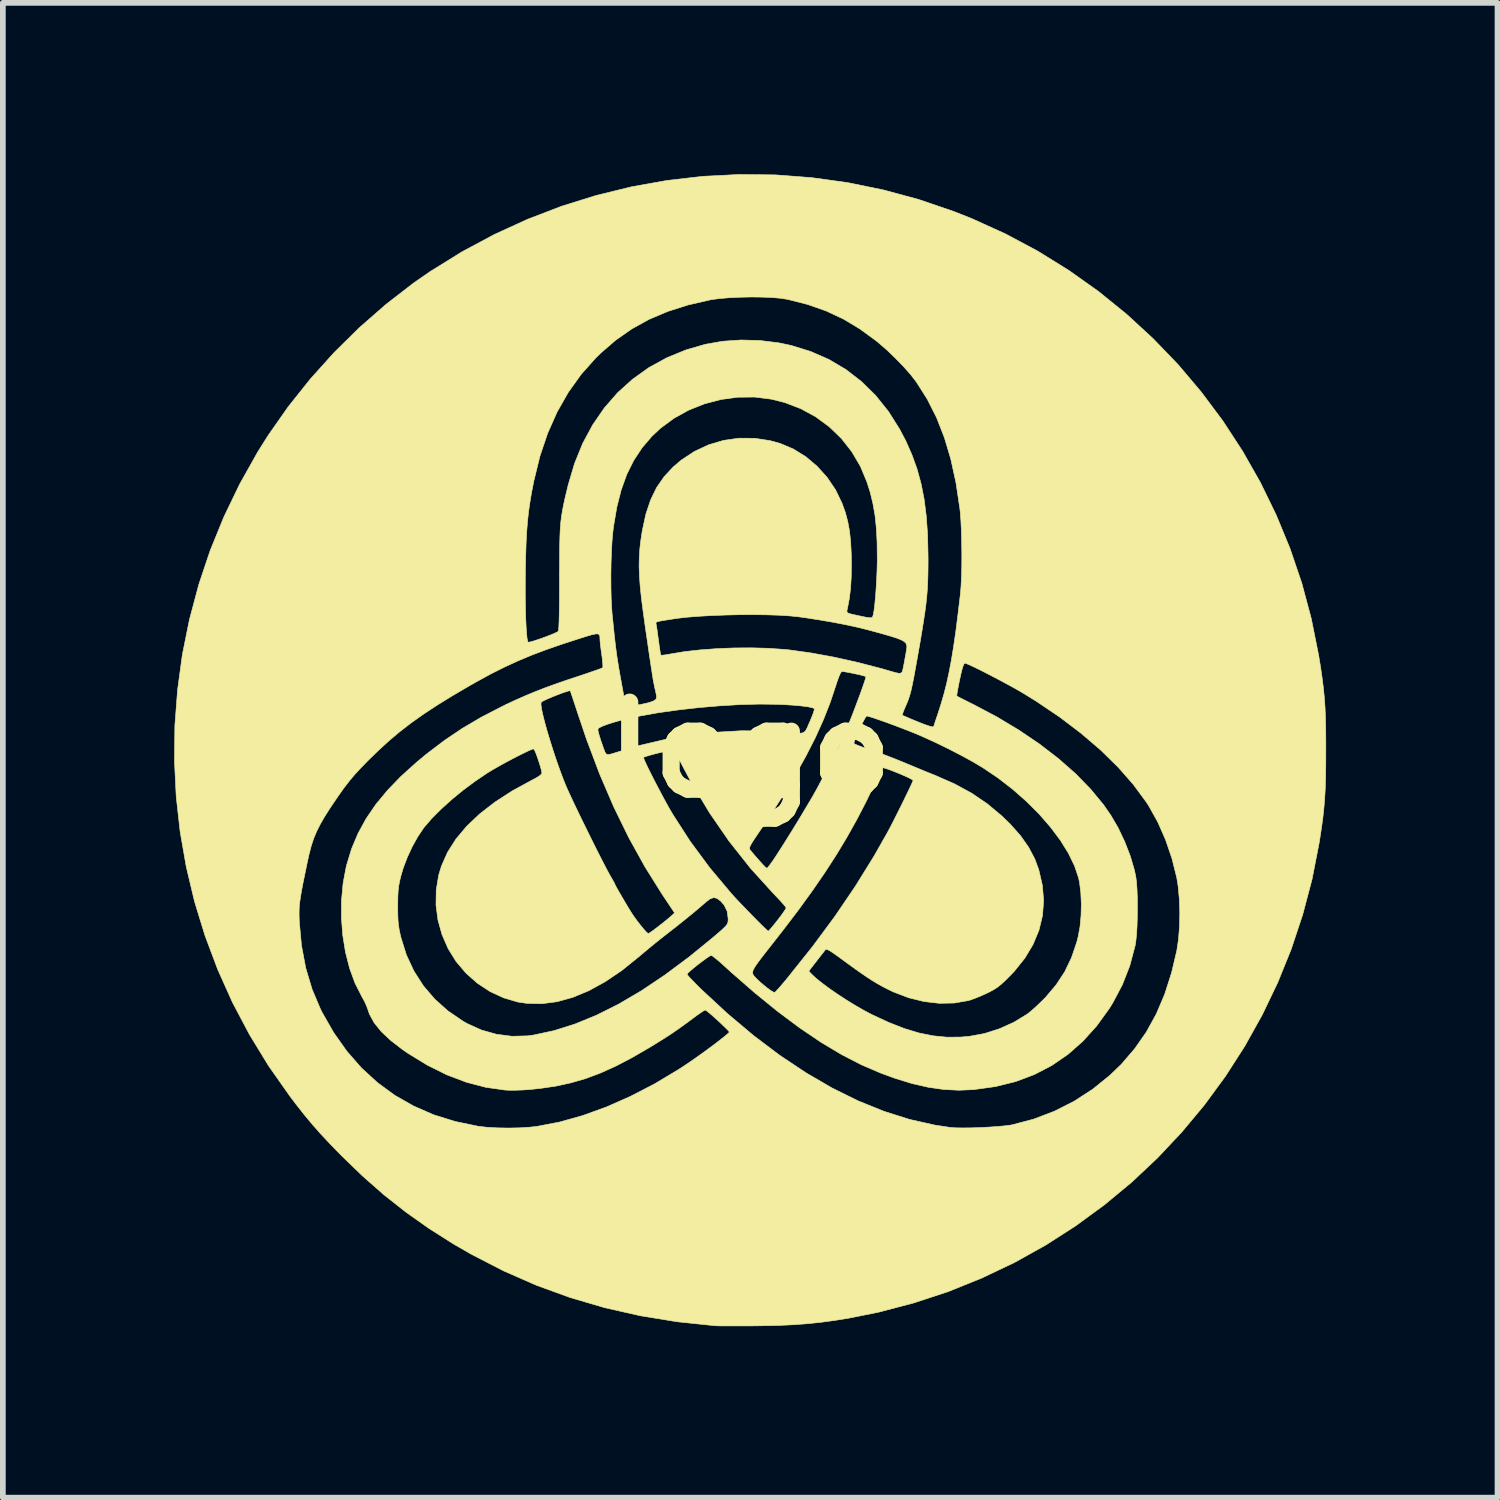
<source format=kicad_pcb>
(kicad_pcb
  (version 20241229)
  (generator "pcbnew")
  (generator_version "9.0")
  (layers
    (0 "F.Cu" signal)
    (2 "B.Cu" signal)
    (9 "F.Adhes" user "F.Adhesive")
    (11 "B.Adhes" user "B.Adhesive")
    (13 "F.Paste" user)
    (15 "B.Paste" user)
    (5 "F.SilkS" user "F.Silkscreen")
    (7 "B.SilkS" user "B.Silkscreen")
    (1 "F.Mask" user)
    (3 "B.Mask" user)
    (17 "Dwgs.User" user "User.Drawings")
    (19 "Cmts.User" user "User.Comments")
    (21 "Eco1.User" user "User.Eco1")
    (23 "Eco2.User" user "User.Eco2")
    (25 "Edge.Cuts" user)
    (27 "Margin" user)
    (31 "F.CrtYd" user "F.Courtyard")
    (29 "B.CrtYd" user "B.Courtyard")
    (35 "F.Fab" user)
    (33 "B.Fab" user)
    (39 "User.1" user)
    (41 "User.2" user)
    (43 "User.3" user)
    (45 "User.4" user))
  (footprint "logo"
    (layer "F.Cu")
    (at 10.08 10.079)
    (property "Reference" "logo" (at 0 0 0) (layer "F.SilkS") (effects (font (size 1.524 1.524) (thickness 0.3))))
    (attr through_hole)
    (fp_poly (pts (xy 0.446 -10.067) (xy 1.079 -10.019) (xy 1.71 -9.932) (xy 2.336 -9.804) (xy 2.957 -9.636) (xy 3.569 -9.427) (xy 3.887 -9.301) (xy 4.475 -9.034) (xy 5.041 -8.732) (xy 5.584 -8.395) (xy 6.103 -8.027) (xy 6.595 -7.628) (xy 7.06 -7.2) (xy 7.498 -6.745) (xy 7.905 -6.263) (xy 8.282 -5.758) (xy 8.627 -5.229) (xy 8.939 -4.68) (xy 9.216 -4.11) (xy 9.458 -3.523) (xy 9.663 -2.919) (xy 9.829 -2.299) (xy 9.956 -1.667) (xy 9.957 -1.662) (xy 9.992 -1.449) (xy 10.019 -1.26) (xy 10.041 -1.085) (xy 10.058 -0.915) (xy 10.07 -0.743) (xy 10.078 -0.558) (xy 10.082 -0.354) (xy 10.084 -0.12) (xy 10.084 0.011) (xy 10.083 0.263) (xy 10.08 0.481) (xy 10.074 0.674) (xy 10.064 0.851) (xy 10.05 1.02) (xy 10.032 1.19) (xy 10.007 1.37) (xy 9.977 1.568) (xy 9.967 1.63) (xy 9.843 2.265) (xy 9.679 2.885) (xy 9.479 3.488) (xy 9.242 4.074) (xy 8.97 4.641) (xy 8.665 5.188) (xy 8.328 5.713) (xy 7.96 6.215) (xy 7.562 6.693) (xy 7.136 7.146) (xy 6.684 7.571) (xy 6.205 7.968) (xy 5.702 8.336) (xy 5.177 8.673) (xy 4.629 8.978) (xy 4.061 9.248) (xy 3.475 9.485) (xy 2.87 9.684) (xy 2.249 9.847) (xy 1.746 9.948) (xy 1.488 9.99) (xy 1.245 10.023) (xy 1.007 10.048) (xy 0.761 10.066) (xy 0.497 10.078) (xy 0.204 10.084) (xy 0.138 10.085) (xy -0.028 10.087) (xy -0.185 10.087) (xy -0.326 10.087) (xy -0.446 10.087) (xy -0.538 10.086) (xy -0.595 10.084) (xy -0.603 10.084) (xy -1.271 10.014) (xy -1.916 9.909) (xy -2.541 9.768) (xy -3.147 9.59) (xy -3.738 9.375) (xy -4.315 9.122) (xy -4.879 8.831) (xy -5.19 8.652) (xy -5.62 8.379) (xy -6.023 8.094) (xy -6.41 7.789) (xy -6.787 7.457) (xy -7.158 7.098) (xy -7.344 6.907) (xy -7.506 6.734) (xy -7.653 6.568) (xy -7.795 6.398) (xy -7.94 6.214) (xy -8.054 6.064) (xy -8.427 5.533) (xy -8.762 4.985) (xy -9.06 4.421) (xy -9.319 3.843) (xy -9.54 3.254) (xy -9.652 2.891) (xy -7.893 2.891) (xy -7.891 2.971) (xy -7.889 3.016) (xy -7.851 3.428) (xy -7.777 3.82) (xy -7.666 4.191) (xy -7.518 4.541) (xy -7.492 4.593) (xy -7.287 4.952) (xy -7.057 5.277) (xy -6.802 5.569) (xy -6.522 5.826) (xy -6.218 6.049) (xy -5.889 6.236) (xy -5.537 6.39) (xy -5.161 6.507) (xy -4.761 6.59) (xy -4.751 6.592) (xy -4.597 6.609) (xy -4.415 6.619) (xy -4.22 6.622) (xy -4.025 6.618) (xy -3.844 6.606) (xy -3.728 6.593) (xy -3.333 6.517) (xy -2.926 6.403) (xy -2.51 6.252) (xy -2.089 6.066) (xy -1.666 5.847) (xy -1.244 5.594) (xy -1.175 5.549) (xy -1.076 5.483) (xy -0.966 5.407) (xy -0.852 5.326) (xy -0.739 5.244) (xy -0.631 5.164) (xy -0.535 5.09) (xy -0.455 5.027) (xy -0.396 4.978) (xy -0.364 4.948) (xy -0.36 4.941) (xy -0.375 4.92) (xy -0.415 4.879) (xy -0.472 4.824) (xy -0.539 4.76) (xy -0.61 4.695) (xy -0.677 4.636) (xy -0.733 4.589) (xy -0.771 4.561) (xy -0.78 4.556) (xy -0.803 4.565) (xy -0.851 4.596) (xy -0.918 4.642) (xy -0.975 4.684) (xy -1.126 4.796) (xy -1.257 4.89) (xy -1.379 4.974) (xy -1.506 5.056) (xy -1.649 5.145) (xy -1.767 5.217) (xy -2.069 5.392) (xy -2.349 5.538) (xy -2.615 5.658) (xy -2.873 5.755) (xy -3.132 5.83) (xy -3.397 5.888) (xy -3.677 5.929) (xy -3.863 5.948) (xy -3.983 5.956) (xy -4.109 5.96) (xy -4.222 5.96) (xy -4.286 5.957) (xy -4.623 5.909) (xy -4.964 5.82) (xy -5.307 5.69) (xy -5.649 5.52) (xy -5.991 5.311) (xy -6.08 5.249) (xy -6.288 5.089) (xy -6.455 4.932) (xy -6.579 4.778) (xy -6.662 4.626) (xy -6.69 4.543) (xy -6.713 4.481) (xy -6.75 4.4) (xy -6.796 4.318) (xy -6.798 4.313) (xy -6.915 4.083) (xy -7.009 3.824) (xy -7.081 3.542) (xy -7.129 3.244) (xy -7.152 2.939) (xy -7.151 2.741) (xy -6.166 2.741) (xy -6.165 2.877) (xy -6.161 2.984) (xy -6.152 3.075) (xy -6.138 3.162) (xy -6.117 3.258) (xy -6.11 3.286) (xy -6.015 3.59) (xy -5.883 3.873) (xy -5.717 4.132) (xy -5.517 4.366) (xy -5.285 4.573) (xy -5.023 4.751) (xy -4.952 4.792) (xy -4.7 4.906) (xy -4.437 4.98) (xy -4.167 5.015) (xy -3.894 5.008) (xy -3.789 4.994) (xy -3.431 4.917) (xy -3.063 4.801) (xy -2.685 4.646) (xy -2.296 4.451) (xy -1.896 4.216) (xy -1.485 3.94) (xy -1.469 3.928) (xy -1.1 3.928) (xy -1.086 3.95) (xy -1.046 3.996) (xy -0.985 4.059) (xy -0.91 4.136) (xy -0.852 4.193) (xy -0.392 4.619) (xy 0.067 5.005) (xy 0.526 5.351) (xy 0.984 5.656) (xy 1.441 5.922) (xy 1.895 6.146) (xy 2.347 6.329) (xy 2.796 6.471) (xy 3.242 6.571) (xy 3.514 6.612) (xy 3.601 6.618) (xy 3.721 6.62) (xy 3.863 6.619) (xy 4.017 6.614) (xy 4.174 6.606) (xy 4.323 6.596) (xy 4.455 6.584) (xy 4.559 6.571) (xy 4.593 6.565) (xy 4.968 6.466) (xy 5.33 6.328) (xy 5.676 6.153) (xy 6.002 5.942) (xy 6.305 5.697) (xy 6.502 5.507) (xy 6.736 5.235) (xy 6.941 4.942) (xy 7.116 4.624) (xy 7.263 4.278) (xy 7.383 3.903) (xy 7.475 3.514) (xy 7.505 3.314) (xy 7.522 3.088) (xy 7.527 2.85) (xy 7.519 2.614) (xy 7.499 2.395) (xy 7.475 2.244) (xy 7.391 1.906) (xy 7.279 1.577) (xy 7.142 1.265) (xy 6.983 0.98) (xy 6.938 0.911) (xy 6.713 0.606) (xy 6.448 0.304) (xy 6.143 0.005) (xy 5.801 -0.288) (xy 5.423 -0.575) (xy 5.012 -0.852) (xy 4.815 -0.974) (xy 4.723 -1.029) (xy 4.613 -1.091) (xy 4.49 -1.158) (xy 4.362 -1.227) (xy 4.232 -1.295) (xy 4.108 -1.359) (xy 3.995 -1.416) (xy 3.897 -1.463) (xy 3.822 -1.497) (xy 3.775 -1.516) (xy 3.761 -1.518) (xy 3.744 -1.495) (xy 3.725 -1.445) (xy 3.714 -1.407) (xy 3.693 -1.32) (xy 3.672 -1.225) (xy 3.653 -1.131) (xy 3.637 -1.047) (xy 3.626 -0.982) (xy 3.623 -0.946) (xy 3.624 -0.941) (xy 3.644 -0.93) (xy 3.696 -0.903) (xy 3.772 -0.865) (xy 3.865 -0.818) (xy 3.906 -0.798) (xy 4.321 -0.579) (xy 4.711 -0.345) (xy 5.073 -0.1) (xy 5.404 0.155) (xy 5.703 0.418) (xy 5.965 0.687) (xy 6.19 0.959) (xy 6.321 1.148) (xy 6.449 1.368) (xy 6.563 1.609) (xy 6.659 1.856) (xy 6.73 2.097) (xy 6.756 2.214) (xy 6.769 2.313) (xy 6.778 2.443) (xy 6.784 2.596) (xy 6.785 2.763) (xy 6.783 2.932) (xy 6.778 3.095) (xy 6.769 3.242) (xy 6.756 3.363) (xy 6.745 3.429) (xy 6.651 3.782) (xy 6.521 4.114) (xy 6.354 4.43) (xy 6.292 4.53) (xy 6.072 4.834) (xy 5.831 5.101) (xy 5.569 5.332) (xy 5.285 5.527) (xy 4.979 5.686) (xy 4.651 5.809) (xy 4.299 5.896) (xy 3.925 5.948) (xy 3.923 5.949) (xy 3.66 5.96) (xy 3.396 5.947) (xy 3.124 5.908) (xy 2.839 5.843) (xy 2.535 5.749) (xy 2.292 5.66) (xy 1.954 5.515) (xy 1.605 5.335) (xy 1.244 5.119) (xy 0.871 4.867) (xy 0.484 4.578) (xy 0.082 4.251) (xy -0.325 3.896) (xy 0.047 3.896) (xy 0.05 3.92) (xy 0.051 3.926) (xy 0.071 3.958) (xy 0.116 4.006) (xy 0.177 4.064) (xy 0.246 4.123) (xy 0.315 4.178) (xy 0.375 4.221) (xy 0.419 4.245) (xy 0.434 4.248) (xy 0.454 4.23) (xy 0.496 4.185) (xy 0.554 4.119) (xy 0.623 4.037) (xy 0.663 3.989) (xy 0.754 3.874) (xy 1.031 3.874) (xy 1.082 3.929) (xy 1.157 3.999) (xy 1.263 4.084) (xy 1.392 4.18) (xy 1.537 4.28) (xy 1.692 4.381) (xy 1.848 4.477) (xy 2 4.564) (xy 2.134 4.635) (xy 2.429 4.772) (xy 2.702 4.879) (xy 2.959 4.957) (xy 3.206 5.007) (xy 3.448 5.031) (xy 3.692 5.029) (xy 3.842 5.016) (xy 4.105 4.968) (xy 4.369 4.884) (xy 4.622 4.77) (xy 4.851 4.63) (xy 4.856 4.627) (xy 4.923 4.574) (xy 5.007 4.499) (xy 5.097 4.414) (xy 5.176 4.335) (xy 5.361 4.116) (xy 5.512 3.887) (xy 5.631 3.639) (xy 5.724 3.365) (xy 5.748 3.27) (xy 5.78 3.097) (xy 5.798 2.902) (xy 5.803 2.699) (xy 5.794 2.501) (xy 5.772 2.322) (xy 5.755 2.242) (xy 5.684 2.031) (xy 5.577 1.81) (xy 5.436 1.583) (xy 5.264 1.354) (xy 5.066 1.126) (xy 4.844 0.904) (xy 4.602 0.691) (xy 4.342 0.49) (xy 4.09 0.32) (xy 3.914 0.214) (xy 3.708 0.101) (xy 3.483 -0.015) (xy 3.25 -0.129) (xy 3.019 -0.234) (xy 2.978 -0.252) (xy 2.882 -0.292) (xy 2.767 -0.338) (xy 2.642 -0.386) (xy 2.514 -0.435) (xy 2.388 -0.481) (xy 2.272 -0.522) (xy 2.173 -0.556) (xy 2.097 -0.58) (xy 2.052 -0.592) (xy 2.045 -0.593) (xy 2.028 -0.575) (xy 2 -0.526) (xy 1.964 -0.457) (xy 1.925 -0.376) (xy 1.887 -0.292) (xy 1.854 -0.214) (xy 1.83 -0.152) (xy 1.821 -0.114) (xy 1.821 -0.112) (xy 1.84 -0.1) (xy 1.892 -0.078) (xy 1.97 -0.048) (xy 2.066 -0.015) (xy 2.098 -0.005) (xy 2.221 0.038) (xy 2.366 0.091) (xy 2.519 0.15) (xy 2.663 0.208) (xy 2.707 0.226) (xy 2.836 0.28) (xy 2.971 0.336) (xy 3.099 0.389) (xy 3.206 0.432) (xy 3.244 0.447) (xy 3.579 0.594) (xy 3.881 0.758) (xy 4.157 0.945) (xy 4.413 1.159) (xy 4.559 1.301) (xy 4.738 1.503) (xy 4.88 1.705) (xy 4.989 1.912) (xy 5.058 2.1) (xy 5.121 2.373) (xy 5.143 2.641) (xy 5.123 2.903) (xy 5.061 3.159) (xy 4.958 3.407) (xy 4.815 3.646) (xy 4.631 3.876) (xy 4.561 3.949) (xy 4.47 4.04) (xy 4.397 4.107) (xy 4.332 4.159) (xy 4.264 4.202) (xy 4.185 4.244) (xy 4.149 4.261) (xy 4.049 4.307) (xy 3.948 4.348) (xy 3.861 4.38) (xy 3.826 4.39) (xy 3.578 4.433) (xy 3.317 4.438) (xy 3.049 4.407) (xy 2.778 4.34) (xy 2.511 4.238) (xy 2.424 4.196) (xy 2.326 4.146) (xy 2.233 4.094) (xy 2.138 4.037) (xy 2.036 3.97) (xy 1.918 3.889) (xy 1.779 3.789) (xy 1.651 3.696) (xy 1.542 3.616) (xy 1.461 3.559) (xy 1.404 3.521) (xy 1.366 3.501) (xy 1.342 3.494) (xy 1.325 3.498) (xy 1.312 3.512) (xy 1.312 3.512) (xy 1.286 3.546) (xy 1.241 3.603) (xy 1.185 3.675) (xy 1.156 3.713) (xy 1.031 3.874) (xy 0.754 3.874) (xy 1.096 3.446) (xy 1.491 2.912) (xy 1.85 2.383) (xy 2.177 1.855) (xy 2.401 1.46) (xy 2.442 1.385) (xy 2.492 1.288) (xy 2.548 1.178) (xy 2.607 1.06) (xy 2.667 0.94) (xy 2.723 0.825) (xy 2.773 0.721) (xy 2.814 0.635) (xy 2.843 0.572) (xy 2.857 0.538) (xy 2.857 0.535) (xy 2.839 0.52) (xy 2.79 0.493) (xy 2.718 0.46) (xy 2.633 0.423) (xy 2.544 0.387) (xy 2.46 0.354) (xy 2.388 0.329) (xy 2.34 0.315) (xy 2.322 0.315) (xy 2.307 0.34) (xy 2.279 0.395) (xy 2.241 0.473) (xy 2.198 0.566) (xy 2.193 0.576) (xy 2.039 0.899) (xy 1.877 1.212) (xy 1.705 1.52) (xy 1.52 1.828) (xy 1.318 2.141) (xy 1.096 2.464) (xy 0.851 2.802) (xy 0.579 3.159) (xy 0.393 3.397) (xy 0.286 3.533) (xy 0.202 3.641) (xy 0.14 3.724) (xy 0.096 3.787) (xy 0.068 3.834) (xy 0.052 3.869) (xy 0.047 3.896) (xy -0.325 3.896) (xy -0.335 3.887) (xy -0.447 3.785) (xy -0.525 3.715) (xy -0.594 3.657) (xy -0.645 3.617) (xy -0.674 3.599) (xy -0.676 3.598) (xy -0.704 3.611) (xy -0.754 3.644) (xy -0.82 3.692) (xy -0.894 3.747) (xy -0.966 3.805) (xy -1.03 3.858) (xy -1.077 3.9) (xy -1.099 3.926) (xy -1.1 3.928) (xy -1.469 3.928) (xy -1.062 3.625) (xy -0.677 3.311) (xy -0.573 3.223) (xy -0.497 3.157) (xy -0.444 3.107) (xy -0.41 3.07) (xy -0.391 3.039) (xy -0.383 3.009) (xy -0.381 2.975) (xy -0.381 2.953) (xy -0.398 2.826) (xy -0.451 2.718) (xy -0.509 2.651) (xy -0.574 2.601) (xy -0.634 2.587) (xy -0.697 2.609) (xy -0.768 2.663) (xy -0.871 2.752) (xy -1 2.861) (xy -1.148 2.981) (xy -1.307 3.108) (xy -1.461 3.228) (xy -1.577 3.319) (xy -1.707 3.424) (xy -1.837 3.532) (xy -1.95 3.627) (xy -2.244 3.864) (xy -2.534 4.06) (xy -2.82 4.217) (xy -3.101 4.334) (xy -3.376 4.41) (xy -3.644 4.445) (xy -3.905 4.439) (xy -4.066 4.415) (xy -4.312 4.342) (xy -4.55 4.232) (xy -4.772 4.086) (xy -4.969 3.912) (xy -5.144 3.706) (xy -5.285 3.478) (xy -5.391 3.234) (xy -5.462 2.979) (xy -5.496 2.718) (xy -5.492 2.454) (xy -5.449 2.194) (xy -5.4 2.033) (xy -5.294 1.794) (xy -5.146 1.561) (xy -4.958 1.337) (xy -4.73 1.121) (xy -4.464 0.915) (xy -4.16 0.718) (xy -3.826 0.536) (xy -3.727 0.483) (xy -3.667 0.443) (xy -3.643 0.412) (xy -3.642 0.407) (xy -3.649 0.362) (xy -3.667 0.295) (xy -3.692 0.215) (xy -3.719 0.134) (xy -3.746 0.061) (xy -3.77 0.007) (xy -3.785 -0.016) (xy -3.786 -0.017) (xy -3.813 -0.01) (xy -3.871 0.014) (xy -3.952 0.053) (xy -4.051 0.102) (xy -4.161 0.159) (xy -4.276 0.22) (xy -4.388 0.282) (xy -4.492 0.341) (xy -4.581 0.395) (xy -4.599 0.406) (xy -4.809 0.548) (xy -5.019 0.704) (xy -5.219 0.868) (xy -5.404 1.035) (xy -5.566 1.197) (xy -5.698 1.349) (xy -5.717 1.374) (xy -5.816 1.522) (xy -5.913 1.697) (xy -6 1.885) (xy -6.071 2.073) (xy -6.109 2.201) (xy -6.133 2.299) (xy -6.149 2.386) (xy -6.159 2.472) (xy -6.164 2.572) (xy -6.166 2.698) (xy -6.166 2.741) (xy -7.151 2.741) (xy -7.15 2.631) (xy -7.122 2.33) (xy -7.067 2.041) (xy -7.059 2.011) (xy -6.973 1.73) (xy -6.861 1.464) (xy -6.721 1.207) (xy -6.551 0.958) (xy -6.348 0.712) (xy -6.111 0.466) (xy -5.835 0.217) (xy -5.656 0.069) (xy -5.349 -0.164) (xy -5.036 -0.375) (xy -4.705 -0.57) (xy -4.345 -0.756) (xy -4.294 -0.781) (xy -4.278 -0.789) (xy -3.658 -0.789) (xy -3.647 -0.712) (xy -3.624 -0.606) (xy -3.591 -0.476) (xy -3.55 -0.328) (xy -3.501 -0.166) (xy -3.448 0.003) (xy -3.391 0.175) (xy -3.331 0.345) (xy -3.271 0.506) (xy -3.228 0.614) (xy -3.196 0.688) (xy -3.148 0.792) (xy -3.088 0.921) (xy -3.017 1.069) (xy -2.94 1.229) (xy -2.858 1.395) (xy -2.776 1.562) (xy -2.696 1.723) (xy -2.62 1.873) (xy -2.552 2.005) (xy -2.495 2.114) (xy -2.452 2.193) (xy -2.438 2.218) (xy -2.403 2.278) (xy -2.378 2.322) (xy -2.371 2.338) (xy -2.36 2.362) (xy -2.333 2.414) (xy -2.292 2.486) (xy -2.242 2.572) (xy -2.189 2.662) (xy -2.137 2.751) (xy -2.089 2.828) (xy -2.051 2.888) (xy -2.038 2.907) (xy -1.979 2.989) (xy -1.917 3.069) (xy -1.86 3.138) (xy -1.814 3.189) (xy -1.784 3.215) (xy -1.779 3.217) (xy -1.756 3.205) (xy -1.708 3.172) (xy -1.643 3.124) (xy -1.596 3.087) (xy -1.517 3.026) (xy -1.446 2.968) (xy -1.391 2.922) (xy -1.373 2.906) (xy -1.318 2.855) (xy -1.533 2.534) (xy -1.837 2.049) (xy -2.12 1.538) (xy -2.385 0.996) (xy -2.632 0.421) (xy -2.74 0.134) (xy -1.863 0.134) (xy -1.853 0.165) (xy -1.826 0.227) (xy -1.785 0.314) (xy -1.732 0.42) (xy -1.672 0.539) (xy -1.606 0.665) (xy -1.539 0.792) (xy -1.473 0.915) (xy -1.411 1.026) (xy -1.356 1.12) (xy -1.349 1.132) (xy -1.045 1.603) (xy -0.705 2.063) (xy -0.336 2.503) (xy -0.265 2.582) (xy -0.195 2.657) (xy -0.114 2.742) (xy -0.028 2.831) (xy 0.059 2.92) (xy 0.141 3.003) (xy 0.214 3.076) (xy 0.272 3.132) (xy 0.309 3.166) (xy 0.321 3.175) (xy 0.339 3.159) (xy 0.377 3.116) (xy 0.429 3.053) (xy 0.485 2.982) (xy 0.545 2.904) (xy 0.593 2.836) (xy 0.625 2.788) (xy 0.635 2.767) (xy 0.621 2.745) (xy 0.582 2.698) (xy 0.524 2.633) (xy 0.451 2.556) (xy 0.407 2.51) (xy 0.009 2.071) (xy -0.259 1.732) (xy -0.007 1.732) (xy 0.001 1.749) (xy 0.003 1.752) (xy 0.089 1.854) (xy 0.166 1.942) (xy 0.229 2.011) (xy 0.274 2.057) (xy 0.298 2.074) (xy 0.298 2.074) (xy 0.316 2.058) (xy 0.352 2.011) (xy 0.401 1.943) (xy 0.458 1.858) (xy 0.472 1.836) (xy 0.59 1.652) (xy 0.718 1.447) (xy 0.849 1.234) (xy 0.974 1.025) (xy 1.087 0.835) (xy 1.12 0.776) (xy 1.16 0.706) (xy 1.21 0.613) (xy 1.268 0.503) (xy 1.331 0.383) (xy 1.395 0.258) (xy 1.459 0.134) (xy 1.518 0.017) (xy 1.57 -0.087) (xy 1.611 -0.172) (xy 1.639 -0.232) (xy 1.651 -0.261) (xy 1.651 -0.262) (xy 1.659 -0.286) (xy 1.68 -0.337) (xy 1.701 -0.386) (xy 1.731 -0.456) (xy 1.769 -0.55) (xy 1.812 -0.66) (xy 1.857 -0.779) (xy 1.902 -0.9) (xy 1.945 -1.015) (xy 1.981 -1.118) (xy 2.01 -1.202) (xy 2.027 -1.259) (xy 2.032 -1.28) (xy 2.013 -1.289) (xy 1.963 -1.304) (xy 1.892 -1.321) (xy 1.812 -1.338) (xy 1.732 -1.354) (xy 1.664 -1.366) (xy 1.618 -1.372) (xy 1.606 -1.371) (xy 1.588 -1.347) (xy 1.563 -1.292) (xy 1.533 -1.212) (xy 1.506 -1.13) (xy 1.407 -0.832) (xy 1.288 -0.529) (xy 1.148 -0.218) (xy 0.984 0.104) (xy 0.796 0.441) (xy 0.582 0.797) (xy 0.338 1.176) (xy 0.161 1.439) (xy 0.09 1.544) (xy 0.04 1.62) (xy 0.01 1.673) (xy -0.005 1.708) (xy -0.007 1.732) (xy -0.259 1.732) (xy -0.364 1.6) (xy -0.707 1.102) (xy -1.02 0.581) (xy -1.149 0.339) (xy -1.205 0.232) (xy -1.254 0.138) (xy -1.292 0.064) (xy -1.318 0.017) (xy -1.326 0.002) (xy -1.349 0.002) (xy -1.403 0.011) (xy -1.479 0.027) (xy -1.567 0.047) (xy -1.658 0.069) (xy -1.742 0.092) (xy -1.81 0.112) (xy -1.853 0.127) (xy -1.863 0.134) (xy -2.74 0.134) (xy -2.862 -0.189) (xy -2.922 -0.368) (xy -2.66 -0.368) (xy -2.659 -0.332) (xy -2.641 -0.261) (xy -2.609 -0.16) (xy -2.564 -0.031) (xy -2.538 0.037) (xy -2.519 0.07) (xy -2.488 0.082) (xy -2.436 0.075) (xy -2.364 0.053) (xy -1.944 -0.074) (xy -1.505 -0.177) (xy -1.054 -0.255) (xy -0.602 -0.308) (xy -0.155 -0.334) (xy 0.276 -0.332) (xy 0.565 -0.314) (xy 0.701 -0.301) (xy 0.802 -0.292) (xy 0.873 -0.29) (xy 0.923 -0.297) (xy 0.958 -0.316) (xy 0.984 -0.349) (xy 1.009 -0.4) (xy 1.039 -0.47) (xy 1.051 -0.496) (xy 1.087 -0.583) (xy 1.114 -0.655) (xy 1.128 -0.705) (xy 1.128 -0.722) (xy 1.091 -0.738) (xy 1.016 -0.754) (xy 0.907 -0.768) (xy 0.77 -0.781) (xy 0.608 -0.791) (xy 0.476 -0.797) (xy 0.167 -0.801) (xy -0.171 -0.792) (xy -0.527 -0.771) (xy -0.892 -0.74) (xy -1.254 -0.699) (xy -1.603 -0.65) (xy -1.927 -0.592) (xy -2.138 -0.548) (xy -2.272 -0.514) (xy -2.396 -0.479) (xy -2.503 -0.444) (xy -2.588 -0.412) (xy -2.642 -0.384) (xy -2.66 -0.368) (xy -2.922 -0.368) (xy -3.016 -0.646) (xy -3.055 -0.765) (xy -3.09 -0.87) (xy -3.118 -0.954) (xy -3.137 -1.011) (xy -3.146 -1.034) (xy -3.146 -1.035) (xy -3.169 -1.033) (xy -3.221 -1.017) (xy -3.294 -0.992) (xy -3.378 -0.96) (xy -3.465 -0.925) (xy -3.545 -0.891) (xy -3.609 -0.861) (xy -3.648 -0.839) (xy -3.656 -0.831) (xy -3.658 -0.789) (xy -4.278 -0.789) (xy -4.11 -0.868) (xy -3.936 -0.945) (xy -3.763 -1.017) (xy -3.583 -1.087) (xy -3.385 -1.159) (xy -3.161 -1.236) (xy -3.027 -1.28) (xy -2.898 -1.323) (xy -2.784 -1.362) (xy -2.689 -1.395) (xy -2.619 -1.42) (xy -2.582 -1.435) (xy -2.577 -1.437) (xy -2.574 -1.463) (xy -2.577 -1.521) (xy -2.585 -1.601) (xy -2.593 -1.66) (xy -2.607 -1.758) (xy -2.618 -1.846) (xy -2.624 -1.912) (xy -2.625 -1.935) (xy -2.627 -1.982) (xy -2.636 -2.013) (xy -2.657 -2.029) (xy -2.697 -2.03) (xy -2.761 -2.017) (xy -2.855 -1.99) (xy -2.954 -1.959) (xy -3.272 -1.856) (xy -3.556 -1.758) (xy -3.816 -1.66) (xy -4.058 -1.559) (xy -4.293 -1.451) (xy -4.527 -1.334) (xy -4.769 -1.202) (xy -4.907 -1.124) (xy -5.207 -0.948) (xy -5.473 -0.784) (xy -5.712 -0.627) (xy -5.928 -0.474) (xy -6.129 -0.319) (xy -6.32 -0.158) (xy -6.507 0.013) (xy -6.689 0.19) (xy -6.817 0.322) (xy -6.923 0.437) (xy -7.016 0.548) (xy -7.107 0.666) (xy -7.204 0.803) (xy -7.227 0.837) (xy -7.348 1.015) (xy -7.445 1.168) (xy -7.523 1.303) (xy -7.586 1.428) (xy -7.637 1.551) (xy -7.68 1.68) (xy -7.717 1.822) (xy -7.753 1.985) (xy -7.754 1.99) (xy -7.794 2.184) (xy -7.827 2.343) (xy -7.851 2.472) (xy -7.869 2.578) (xy -7.882 2.667) (xy -7.89 2.745) (xy -7.893 2.818) (xy -7.893 2.891) (xy -9.652 2.891) (xy -9.724 2.655) (xy -9.869 2.047) (xy -9.976 1.433) (xy -10.045 0.815) (xy -10.075 0.194) (xy -10.068 -0.428) (xy -10.021 -1.049) (xy -9.937 -1.667) (xy -9.813 -2.281) (xy -9.651 -2.888) (xy -9.644 -2.911) (xy -3.933 -2.911) (xy -3.933 -2.699) (xy -3.93 -2.503) (xy -3.926 -2.327) (xy -3.919 -2.173) (xy -3.911 -2.048) (xy -3.902 -1.955) (xy -3.89 -1.898) (xy -3.885 -1.886) (xy -3.863 -1.886) (xy -3.81 -1.899) (xy -3.737 -1.922) (xy -3.651 -1.951) (xy -3.562 -1.984) (xy -3.479 -2.016) (xy -3.411 -2.045) (xy -3.366 -2.067) (xy -3.357 -2.075) (xy -3.35 -2.099) (xy -3.345 -2.159) (xy -3.341 -2.256) (xy -3.338 -2.39) (xy -3.335 -2.564) (xy -3.334 -2.777) (xy -3.334 -3.001) (xy -3.334 -3.06) (xy -2.434 -3.06) (xy -2.433 -2.852) (xy -2.429 -2.658) (xy -2.42 -2.487) (xy -2.413 -2.387) (xy -2.392 -2.185) (xy -2.375 -2.016) (xy -2.359 -1.873) (xy -2.343 -1.746) (xy -2.327 -1.627) (xy -2.308 -1.508) (xy -2.287 -1.381) (xy -2.261 -1.236) (xy -2.23 -1.065) (xy -2.229 -1.064) (xy -2.208 -0.942) (xy -2.19 -0.857) (xy -2.17 -0.802) (xy -2.142 -0.773) (xy -2.099 -0.765) (xy -2.035 -0.772) (xy -1.944 -0.789) (xy -1.901 -0.797) (xy -1.811 -0.816) (xy -1.733 -0.838) (xy -1.68 -0.86) (xy -1.668 -0.867) (xy -1.645 -0.888) (xy -1.635 -0.91) (xy -1.636 -0.946) (xy -1.647 -1.006) (xy -1.657 -1.049) (xy -1.667 -1.09) (xy -1.675 -1.131) (xy -1.684 -1.176) (xy -1.694 -1.23) (xy -1.705 -1.297) (xy -1.718 -1.382) (xy -1.734 -1.487) (xy -1.754 -1.619) (xy -1.778 -1.781) (xy -1.806 -1.977) (xy -1.833 -2.159) (xy -1.841 -2.219) (xy -1.646 -2.219) (xy -1.642 -2.202) (xy -1.641 -2.195) (xy -1.634 -2.156) (xy -1.623 -2.085) (xy -1.611 -1.994) (xy -1.599 -1.908) (xy -1.586 -1.812) (xy -1.574 -1.732) (xy -1.565 -1.678) (xy -1.559 -1.658) (xy -1.535 -1.657) (xy -1.48 -1.663) (xy -1.405 -1.676) (xy -1.383 -1.68) (xy -1.142 -1.72) (xy -0.871 -1.75) (xy -0.578 -1.772) (xy -0.276 -1.784) (xy 0.028 -1.786) (xy 0.321 -1.778) (xy 0.593 -1.759) (xy 0.688 -1.75) (xy 1.069 -1.697) (xy 1.474 -1.623) (xy 1.891 -1.53) (xy 2.31 -1.421) (xy 2.455 -1.379) (xy 2.548 -1.352) (xy 2.609 -1.34) (xy 2.645 -1.343) (xy 2.666 -1.365) (xy 2.678 -1.406) (xy 2.684 -1.434) (xy 2.699 -1.508) (xy 2.716 -1.602) (xy 2.732 -1.691) (xy 2.742 -1.749) (xy 2.748 -1.796) (xy 2.745 -1.835) (xy 2.73 -1.868) (xy 2.699 -1.898) (xy 2.648 -1.926) (xy 2.575 -1.955) (xy 2.474 -1.987) (xy 2.343 -2.025) (xy 2.177 -2.071) (xy 2.043 -2.107) (xy 1.876 -2.148) (xy 1.678 -2.191) (xy 1.456 -2.234) (xy 1.222 -2.274) (xy 0.985 -2.311) (xy 0.857 -2.329) (xy 0.7 -2.345) (xy 0.51 -2.357) (xy 0.293 -2.364) (xy 0.058 -2.367) (xy -0.187 -2.366) (xy -0.433 -2.36) (xy -0.674 -2.351) (xy -0.9 -2.338) (xy -1.104 -2.322) (xy -1.277 -2.302) (xy -1.317 -2.296) (xy -1.442 -2.276) (xy -1.531 -2.262) (xy -1.591 -2.251) (xy -1.626 -2.241) (xy -1.642 -2.231) (xy -1.646 -2.219) (xy -1.841 -2.219) (xy -1.87 -2.427) (xy -1.9 -2.66) (xy -1.921 -2.864) (xy -1.934 -3.045) (xy -1.94 -3.209) (xy -1.937 -3.362) (xy -1.928 -3.511) (xy -1.911 -3.661) (xy -1.887 -3.819) (xy -1.881 -3.852) (xy -1.821 -4.129) (xy -1.739 -4.374) (xy -1.635 -4.589) (xy -1.504 -4.78) (xy -1.345 -4.951) (xy -1.203 -5.072) (xy -0.97 -5.226) (xy -0.72 -5.342) (xy -0.459 -5.419) (xy -0.189 -5.457) (xy 0.085 -5.455) (xy 0.36 -5.412) (xy 0.53 -5.365) (xy 0.761 -5.267) (xy 0.978 -5.133) (xy 1.176 -4.966) (xy 1.351 -4.772) (xy 1.499 -4.554) (xy 1.613 -4.318) (xy 1.67 -4.159) (xy 1.713 -4) (xy 1.744 -3.831) (xy 1.764 -3.645) (xy 1.775 -3.431) (xy 1.778 -3.239) (xy 1.774 -3.015) (xy 1.762 -2.821) (xy 1.74 -2.644) (xy 1.707 -2.472) (xy 1.702 -2.452) (xy 1.698 -2.422) (xy 1.706 -2.403) (xy 1.736 -2.388) (xy 1.796 -2.372) (xy 1.834 -2.364) (xy 1.953 -2.338) (xy 2.036 -2.321) (xy 2.092 -2.314) (xy 2.125 -2.314) (xy 2.143 -2.321) (xy 2.147 -2.327) (xy 2.161 -2.368) (xy 2.174 -2.444) (xy 2.187 -2.55) (xy 2.199 -2.679) (xy 2.21 -2.824) (xy 2.219 -2.979) (xy 2.226 -3.137) (xy 2.23 -3.292) (xy 2.23 -3.355) (xy 2.227 -3.635) (xy 2.214 -3.881) (xy 2.191 -4.103) (xy 2.155 -4.309) (xy 2.107 -4.508) (xy 2.051 -4.685) (xy 1.935 -4.964) (xy 1.784 -5.22) (xy 1.602 -5.452) (xy 1.39 -5.656) (xy 1.153 -5.831) (xy 0.892 -5.973) (xy 0.61 -6.081) (xy 0.375 -6.14) (xy 0.083 -6.177) (xy -0.214 -6.174) (xy -0.508 -6.134) (xy -0.796 -6.058) (xy -1.072 -5.948) (xy -1.33 -5.805) (xy -1.566 -5.631) (xy -1.716 -5.49) (xy -1.888 -5.289) (xy -2.033 -5.069) (xy -2.155 -4.824) (xy -2.253 -4.553) (xy -2.33 -4.251) (xy -2.387 -3.915) (xy -2.401 -3.802) (xy -2.414 -3.651) (xy -2.424 -3.47) (xy -2.431 -3.269) (xy -2.434 -3.06) (xy -3.334 -3.06) (xy -3.333 -3.237) (xy -3.332 -3.437) (xy -3.33 -3.606) (xy -3.326 -3.75) (xy -3.32 -3.875) (xy -3.311 -3.987) (xy -3.298 -4.091) (xy -3.281 -4.195) (xy -3.26 -4.302) (xy -3.234 -4.419) (xy -3.202 -4.553) (xy -3.182 -4.636) (xy -3.07 -5.014) (xy -2.927 -5.366) (xy -2.752 -5.691) (xy -2.548 -5.987) (xy -2.315 -6.254) (xy -2.054 -6.489) (xy -1.767 -6.694) (xy -1.453 -6.866) (xy -1.115 -7.004) (xy -0.783 -7.1) (xy -0.478 -7.154) (xy -0.154 -7.176) (xy 0.177 -7.167) (xy 0.507 -7.126) (xy 0.721 -7.081) (xy 1.064 -6.975) (xy 1.384 -6.835) (xy 1.681 -6.659) (xy 1.954 -6.448) (xy 2.202 -6.204) (xy 2.425 -5.926) (xy 2.622 -5.614) (xy 2.73 -5.408) (xy 2.838 -5.164) (xy 2.927 -4.917) (xy 2.997 -4.66) (xy 3.051 -4.387) (xy 3.088 -4.092) (xy 3.111 -3.771) (xy 3.119 -3.416) (xy 3.12 -3.334) (xy 3.119 -3.185) (xy 3.117 -3.052) (xy 3.113 -2.928) (xy 3.107 -2.808) (xy 3.097 -2.688) (xy 3.084 -2.562) (xy 3.066 -2.424) (xy 3.043 -2.27) (xy 3.015 -2.095) (xy 2.981 -1.892) (xy 2.94 -1.657) (xy 2.9 -1.435) (xy 2.87 -1.27) (xy 2.844 -1.14) (xy 2.821 -1.036) (xy 2.798 -0.951) (xy 2.774 -0.878) (xy 2.746 -0.808) (xy 2.728 -0.768) (xy 2.697 -0.695) (xy 2.676 -0.639) (xy 2.668 -0.609) (xy 2.668 -0.607) (xy 2.69 -0.596) (xy 2.744 -0.573) (xy 2.82 -0.54) (xy 2.91 -0.503) (xy 3.039 -0.451) (xy 3.134 -0.418) (xy 3.194 -0.402) (xy 3.217 -0.406) (xy 3.217 -0.407) (xy 3.224 -0.428) (xy 3.241 -0.481) (xy 3.266 -0.557) (xy 3.293 -0.635) (xy 3.348 -0.808) (xy 3.399 -0.983) (xy 3.445 -1.164) (xy 3.487 -1.357) (xy 3.527 -1.567) (xy 3.565 -1.799) (xy 3.603 -2.057) (xy 3.64 -2.347) (xy 3.679 -2.673) (xy 3.686 -2.731) (xy 3.697 -2.866) (xy 3.705 -3.034) (xy 3.71 -3.225) (xy 3.711 -3.428) (xy 3.708 -3.635) (xy 3.703 -3.834) (xy 3.694 -4.017) (xy 3.682 -4.174) (xy 3.675 -4.233) (xy 3.608 -4.678) (xy 3.518 -5.089) (xy 3.405 -5.468) (xy 3.269 -5.816) (xy 3.107 -6.137) (xy 2.92 -6.433) (xy 2.91 -6.447) (xy 2.813 -6.572) (xy 2.69 -6.711) (xy 2.55 -6.855) (xy 2.404 -6.996) (xy 2.258 -7.123) (xy 2.209 -7.163) (xy 1.924 -7.371) (xy 1.636 -7.544) (xy 1.334 -7.685) (xy 1.012 -7.798) (xy 0.661 -7.887) (xy 0.656 -7.888) (xy 0.536 -7.907) (xy 0.383 -7.92) (xy 0.207 -7.927) (xy 0.019 -7.929) (xy -0.173 -7.925) (xy -0.359 -7.916) (xy -0.528 -7.902) (xy -0.673 -7.883) (xy -0.698 -7.878) (xy -1.084 -7.789) (xy -1.439 -7.676) (xy -1.765 -7.538) (xy -2.067 -7.371) (xy -2.349 -7.174) (xy -2.613 -6.946) (xy -2.695 -6.866) (xy -2.952 -6.578) (xy -3.179 -6.261) (xy -3.375 -5.917) (xy -3.541 -5.544) (xy -3.677 -5.141) (xy -3.783 -4.708) (xy -3.787 -4.688) (xy -3.824 -4.499) (xy -3.853 -4.325) (xy -3.877 -4.156) (xy -3.895 -3.985) (xy -3.909 -3.805) (xy -3.919 -3.606) (xy -3.926 -3.38) (xy -3.931 -3.133) (xy -3.933 -2.911) (xy -9.644 -2.911) (xy -9.451 -3.487) (xy -9.211 -4.076) (xy -8.933 -4.653) (xy -8.617 -5.216) (xy -8.433 -5.508) (xy -8.083 -6.008) (xy -7.697 -6.492) (xy -7.281 -6.955) (xy -6.837 -7.393) (xy -6.37 -7.801) (xy -5.885 -8.176) (xy -5.599 -8.374) (xy -5.045 -8.718) (xy -4.476 -9.023) (xy -3.892 -9.29) (xy -3.295 -9.519) (xy -2.688 -9.708) (xy -2.071 -9.859) (xy -1.448 -9.97) (xy -0.819 -10.042) (xy -0.187 -10.074) (xy 0.446 -10.067)) (stroke (width 0.01) (type solid)) (fill yes) (layer "F.SilkS")))
  (gr_rect
    (start -3 -3)
    (end 23.17 23.172)
    (stroke (width 0.1) (type default))
    (fill no)
    (layer "Edge.Cuts")))
</source>
